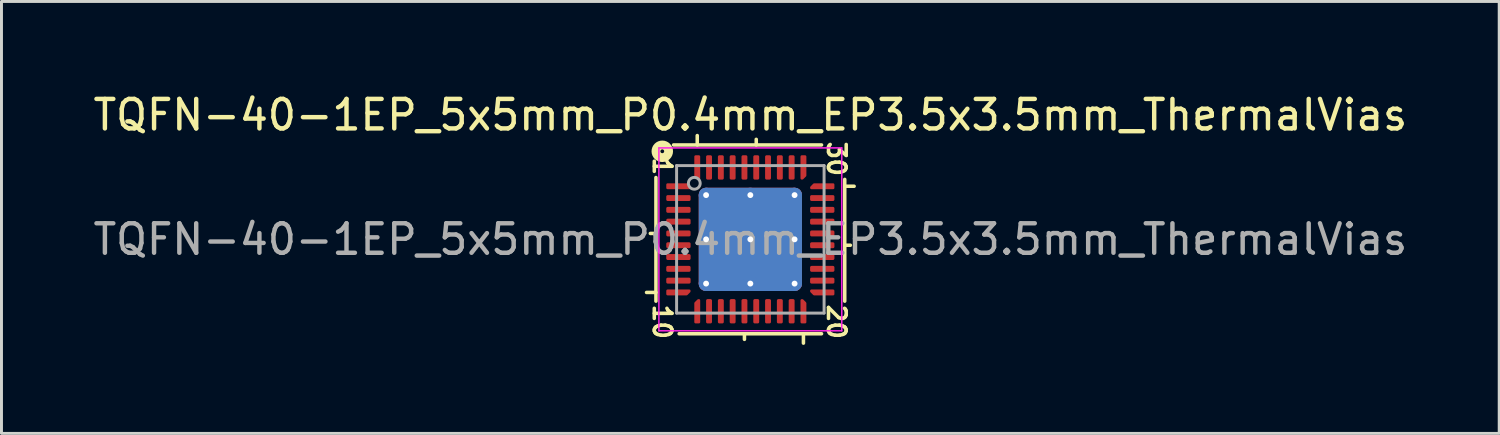
<source format=kicad_pcb>
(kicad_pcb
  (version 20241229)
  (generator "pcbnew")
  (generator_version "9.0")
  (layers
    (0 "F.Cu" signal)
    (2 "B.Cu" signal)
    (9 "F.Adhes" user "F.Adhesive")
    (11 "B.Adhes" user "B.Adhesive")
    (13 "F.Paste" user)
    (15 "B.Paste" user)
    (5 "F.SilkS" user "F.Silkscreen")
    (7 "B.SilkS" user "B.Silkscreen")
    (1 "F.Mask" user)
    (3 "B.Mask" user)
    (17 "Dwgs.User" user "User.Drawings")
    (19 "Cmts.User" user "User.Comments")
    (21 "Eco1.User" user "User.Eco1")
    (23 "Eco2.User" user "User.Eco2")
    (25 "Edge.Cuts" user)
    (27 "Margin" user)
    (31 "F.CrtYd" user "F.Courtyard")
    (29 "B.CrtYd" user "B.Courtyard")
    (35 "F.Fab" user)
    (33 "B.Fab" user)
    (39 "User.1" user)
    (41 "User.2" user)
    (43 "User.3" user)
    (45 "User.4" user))
  (footprint "TQFN-40-1EP_5x5mm_P0.4mm_EP3.5x3.5mm_ThermalVias"
    (layer "F.Cu")
    (at 22.387 5.064)
    (property "Reference" "TQFN-40-1EP_5x5mm_P0.4mm_EP3.5x3.5mm_ThermalVias" (at 0 -4.216 0) (layer "F.SilkS") (effects (font (size 1 1) (thickness 0.15))))
    (attr smd)
    (fp_line (start -3.2 -2.095) (end -3.2 2.095) (stroke (width 0.12) (type solid)) (layer "F.SilkS"))
    (fp_line (start -3.2 -0.2) (end -3.39 -0.2) (stroke (width 0.12) (type solid)) (layer "F.SilkS"))
    (fp_line (start -3.2 1.8) (end -3.518 1.8) (stroke (width 0.12) (type solid)) (layer "F.SilkS"))
    (fp_line (start -2.413 3.2) (end 2.413 3.2) (stroke (width 0.12) (type solid)) (layer "F.SilkS"))
    (fp_line (start -1.8 -3.2) (end -1.8 -3.518) (stroke (width 0.12) (type solid)) (layer "F.SilkS"))
    (fp_line (start -0.2 3.2) (end -0.2 3.39) (stroke (width 0.12) (type solid)) (layer "F.SilkS"))
    (fp_line (start 0.2 -3.2) (end 0.2 -3.39) (stroke (width 0.12) (type solid)) (layer "F.SilkS"))
    (fp_line (start 1.8 3.2) (end 1.8 3.518) (stroke (width 0.12) (type solid)) (layer "F.SilkS"))
    (fp_line (start 2.413 -3.2) (end -2.603 -3.2) (stroke (width 0.12) (type solid)) (layer "F.SilkS"))
    (fp_line (start 3.2 -1.8) (end 3.518 -1.8) (stroke (width 0.12) (type solid)) (layer "F.SilkS"))
    (fp_line (start 3.2 0.2) (end 3.39 0.2) (stroke (width 0.12) (type solid)) (layer "F.SilkS"))
    (fp_line (start 3.2 2.095) (end 3.2 -2.032) (stroke (width 0.12) (type solid)) (layer "F.SilkS"))
    (fp_circle (center -2.985 -2.985) (end -2.921 -2.985) (stroke (width 0.3) (type solid)) (fill no) (layer "F.SilkS"))
    (fp_line (start -3.1 -3.1) (end -3.1 3.1) (stroke (width 0.05) (type solid)) (layer "F.CrtYd"))
    (fp_line (start -3.1 3.1) (end 3.1 3.1) (stroke (width 0.05) (type solid)) (layer "F.CrtYd"))
    (fp_line (start 3.1 -3.1) (end -3.1 -3.1) (stroke (width 0.05) (type solid)) (layer "F.CrtYd"))
    (fp_line (start 3.1 3.1) (end 3.1 -3.1) (stroke (width 0.05) (type solid)) (layer "F.CrtYd"))
    (fp_line (start -2.5 -2.5) (end 2.5 -2.5) (stroke (width 0.1) (type solid)) (layer "F.Fab"))
    (fp_line (start -2.5 2.5) (end -2.5 -2.5) (stroke (width 0.1) (type solid)) (layer "F.Fab"))
    (fp_line (start 2.5 -2.5) (end 2.5 2.5) (stroke (width 0.1) (type solid)) (layer "F.Fab"))
    (fp_line (start 2.5 2.5) (end -2.5 2.5) (stroke (width 0.1) (type solid)) (layer "F.Fab"))
    (fp_circle (center -1.9 -1.9) (end -1.7 -1.9) (stroke (width 0.1) (type solid)) (fill no) (layer "F.Fab"))
    (fp_text user "20" (at 2.921 2.794 270) (unlocked yes) (layer "F.SilkS") (effects (font (size 0.6 0.6) (thickness 0.12))))
    (fp_text user "1" (at -2.985 -2.477 270) (unlocked yes) (layer "F.SilkS") (effects (font (size 0.6 0.6) (thickness 0.12))))
    (fp_text user "10" (at -2.985 2.794 270) (unlocked yes) (layer "F.SilkS") (effects (font (size 0.6 0.6) (thickness 0.12))))
    (fp_text user "30" (at 2.921 -2.731 270) (unlocked yes) (layer "F.SilkS") (effects (font (size 0.6 0.6) (thickness 0.12))))
    (fp_text user "${REFERENCE}" (at 0 0 0) (layer "F.Fab") (effects (font (size 1 1) (thickness 0.15))))
    (pad "" smd roundrect (at -0.875 -0.875) (size 1.52 1.52) (layers "F.Paste") (roundrect_rratio 0.164))
    (pad "" smd roundrect (at -0.875 0.875) (size 1.52 1.52) (layers "F.Paste") (roundrect_rratio 0.164))
    (pad "" smd roundrect (at 0.875 -0.875) (size 1.52 1.52) (layers "F.Paste") (roundrect_rratio 0.164))
    (pad "" smd roundrect (at 0.875 0.875) (size 1.52 1.52) (layers "F.Paste") (roundrect_rratio 0.164))
    (pad "1" smd custom (at -2.438 -1.8) (size 0.115 0.115) (layers "F.Cu" "F.Mask" "F.Paste") (options (anchor circle)) (primitives (gr_poly (pts (xy 0.372 0.037) (xy 0.372 0.06) (xy -0.372 0.06) (xy -0.372 -0.06) (xy 0.276 -0.06)) (width 0.08) (fill yes))))
    (pad "2" smd roundrect (at -2.438 -1.4) (size 0.825 0.2) (layers "F.Cu" "F.Mask" "F.Paste") (roundrect_rratio 0.25))
    (pad "3" smd roundrect (at -2.438 -1) (size 0.825 0.2) (layers "F.Cu" "F.Mask" "F.Paste") (roundrect_rratio 0.25))
    (pad "4" smd roundrect (at -2.438 -0.6) (size 0.825 0.2) (layers "F.Cu" "F.Mask" "F.Paste") (roundrect_rratio 0.25))
    (pad "5" smd roundrect (at -2.438 -0.2) (size 0.825 0.2) (layers "F.Cu" "F.Mask" "F.Paste") (roundrect_rratio 0.25))
    (pad "6" smd roundrect (at -2.438 0.2) (size 0.825 0.2) (layers "F.Cu" "F.Mask" "F.Paste") (roundrect_rratio 0.25))
    (pad "7" smd roundrect (at -2.438 0.6) (size 0.825 0.2) (layers "F.Cu" "F.Mask" "F.Paste") (roundrect_rratio 0.25))
    (pad "8" smd roundrect (at -2.438 1) (size 0.825 0.2) (layers "F.Cu" "F.Mask" "F.Paste") (roundrect_rratio 0.25))
    (pad "9" smd roundrect (at -2.438 1.4) (size 0.825 0.2) (layers "F.Cu" "F.Mask" "F.Paste") (roundrect_rratio 0.25))
    (pad "10" smd custom (at -2.438 1.8) (size 0.115 0.115) (layers "F.Cu" "F.Mask" "F.Paste") (options (anchor circle)) (primitives (gr_poly (pts (xy 0.372 -0.037) (xy 0.276 0.06) (xy -0.372 0.06) (xy -0.372 -0.06) (xy 0.372 -0.06)) (width 0.08) (fill yes))))
    (pad "11" smd custom (at -1.8 2.438) (size 0.115 0.115) (layers "F.Cu" "F.Mask" "F.Paste") (options (anchor circle)) (primitives (gr_poly (pts (xy 0.06 0.372) (xy -0.06 0.372) (xy -0.06 -0.276) (xy 0.037 -0.372) (xy 0.06 -0.372)) (width 0.08) (fill yes))))
    (pad "12" smd roundrect (at -1.4 2.438) (size 0.2 0.825) (layers "F.Cu" "F.Mask" "F.Paste") (roundrect_rratio 0.25))
    (pad "13" smd roundrect (at -1 2.438) (size 0.2 0.825) (layers "F.Cu" "F.Mask" "F.Paste") (roundrect_rratio 0.25))
    (pad "14" smd roundrect (at -0.6 2.438) (size 0.2 0.825) (layers "F.Cu" "F.Mask" "F.Paste") (roundrect_rratio 0.25))
    (pad "15" smd roundrect (at -0.2 2.438) (size 0.2 0.825) (layers "F.Cu" "F.Mask" "F.Paste") (roundrect_rratio 0.25))
    (pad "16" smd roundrect (at 0.2 2.438) (size 0.2 0.825) (layers "F.Cu" "F.Mask" "F.Paste") (roundrect_rratio 0.25))
    (pad "17" smd roundrect (at 0.6 2.438) (size 0.2 0.825) (layers "F.Cu" "F.Mask" "F.Paste") (roundrect_rratio 0.25))
    (pad "18" smd roundrect (at 1 2.438) (size 0.2 0.825) (layers "F.Cu" "F.Mask" "F.Paste") (roundrect_rratio 0.25))
    (pad "19" smd roundrect (at 1.4 2.438) (size 0.2 0.825) (layers "F.Cu" "F.Mask" "F.Paste") (roundrect_rratio 0.25))
    (pad "20" smd custom (at 1.8 2.438) (size 0.115 0.115) (layers "F.Cu" "F.Mask" "F.Paste") (options (anchor circle)) (primitives (gr_poly (pts (xy 0.06 -0.276) (xy 0.06 0.372) (xy -0.06 0.372) (xy -0.06 -0.372) (xy -0.037 -0.372)) (width 0.08) (fill yes))))
    (pad "21" smd custom (at 2.438 1.8) (size 0.115 0.115) (layers "F.Cu" "F.Mask" "F.Paste") (options (anchor circle)) (primitives (gr_poly (pts (xy 0.372 0.06) (xy -0.276 0.06) (xy -0.372 -0.037) (xy -0.372 -0.06) (xy 0.372 -0.06)) (width 0.08) (fill yes))))
    (pad "22" smd roundrect (at 2.438 1.4) (size 0.825 0.2) (layers "F.Cu" "F.Mask" "F.Paste") (roundrect_rratio 0.25))
    (pad "23" smd roundrect (at 2.438 1) (size 0.825 0.2) (layers "F.Cu" "F.Mask" "F.Paste") (roundrect_rratio 0.25))
    (pad "24" smd roundrect (at 2.438 0.6) (size 0.825 0.2) (layers "F.Cu" "F.Mask" "F.Paste") (roundrect_rratio 0.25))
    (pad "25" smd roundrect (at 2.438 0.2) (size 0.825 0.2) (layers "F.Cu" "F.Mask" "F.Paste") (roundrect_rratio 0.25))
    (pad "26" smd roundrect (at 2.438 -0.2) (size 0.825 0.2) (layers "F.Cu" "F.Mask" "F.Paste") (roundrect_rratio 0.25))
    (pad "27" smd roundrect (at 2.438 -0.6) (size 0.825 0.2) (layers "F.Cu" "F.Mask" "F.Paste") (roundrect_rratio 0.25))
    (pad "28" smd roundrect (at 2.438 -1) (size 0.825 0.2) (layers "F.Cu" "F.Mask" "F.Paste") (roundrect_rratio 0.25))
    (pad "29" smd roundrect (at 2.438 -1.4) (size 0.825 0.2) (layers "F.Cu" "F.Mask" "F.Paste") (roundrect_rratio 0.25))
    (pad "30" smd custom (at 2.438 -1.8) (size 0.115 0.115) (layers "F.Cu" "F.Mask" "F.Paste") (options (anchor circle)) (primitives (gr_poly (pts (xy 0.372 0.06) (xy -0.372 0.06) (xy -0.372 0.037) (xy -0.276 -0.06) (xy 0.372 -0.06)) (width 0.08) (fill yes))))
    (pad "31" smd custom (at 1.8 -2.438) (size 0.115 0.115) (layers "F.Cu" "F.Mask" "F.Paste") (options (anchor circle)) (primitives (gr_poly (pts (xy 0.06 0.276) (xy -0.037 0.372) (xy -0.06 0.372) (xy -0.06 -0.372) (xy 0.06 -0.372)) (width 0.08) (fill yes))))
    (pad "32" smd roundrect (at 1.4 -2.438) (size 0.2 0.825) (layers "F.Cu" "F.Mask" "F.Paste") (roundrect_rratio 0.25))
    (pad "33" smd roundrect (at 1 -2.438) (size 0.2 0.825) (layers "F.Cu" "F.Mask" "F.Paste") (roundrect_rratio 0.25))
    (pad "34" smd roundrect (at 0.6 -2.438) (size 0.2 0.825) (layers "F.Cu" "F.Mask" "F.Paste") (roundrect_rratio 0.25))
    (pad "35" smd roundrect (at 0.2 -2.438) (size 0.2 0.825) (layers "F.Cu" "F.Mask" "F.Paste") (roundrect_rratio 0.25))
    (pad "36" smd roundrect (at -0.2 -2.438) (size 0.2 0.825) (layers "F.Cu" "F.Mask" "F.Paste") (roundrect_rratio 0.25))
    (pad "37" smd roundrect (at -0.6 -2.438) (size 0.2 0.825) (layers "F.Cu" "F.Mask" "F.Paste") (roundrect_rratio 0.25))
    (pad "38" smd roundrect (at -1 -2.438) (size 0.2 0.825) (layers "F.Cu" "F.Mask" "F.Paste") (roundrect_rratio 0.25))
    (pad "39" smd roundrect (at -1.4 -2.438) (size 0.2 0.825) (layers "F.Cu" "F.Mask" "F.Paste") (roundrect_rratio 0.25))
    (pad "40" smd custom (at -1.8 -2.438) (size 0.115 0.115) (layers "F.Cu" "F.Mask" "F.Paste") (options (anchor circle)) (primitives (gr_poly (pts (xy 0.06 0.372) (xy 0.037 0.372) (xy -0.06 0.276) (xy -0.06 -0.372) (xy 0.06 -0.372)) (width 0.08) (fill yes))))
    (pad "41" thru_hole circle (at -1.5 -1.5) (size 0.5 0.5) (drill 0.2) (property pad_prop_heatsink) (layers "*.Cu"))
    (pad "41" thru_hole circle (at -1.5 0) (size 0.5 0.5) (drill 0.2) (property pad_prop_heatsink) (layers "*.Cu"))
    (pad "41" thru_hole circle (at -1.5 1.5) (size 0.5 0.5) (drill 0.2) (property pad_prop_heatsink) (layers "*.Cu"))
    (pad "41" thru_hole circle (at 0 -1.5) (size 0.5 0.5) (drill 0.2) (property pad_prop_heatsink) (layers "*.Cu"))
    (pad "41" thru_hole circle (at 0 0) (size 0.5 0.5) (drill 0.2) (property pad_prop_heatsink) (layers "*.Cu"))
    (pad "41" smd roundrect (at 0 0) (size 3.5 3.5) (layers "F.Cu" "F.Mask") (roundrect_rratio 0.071))
    (pad "41" smd roundrect (at 0 0) (size 3.5 3.5) (layers "B.Cu" "B.Mask") (roundrect_rratio 0.071))
    (pad "41" thru_hole circle (at 0 1.5) (size 0.5 0.5) (drill 0.2) (property pad_prop_heatsink) (layers "*.Cu"))
    (pad "41" thru_hole circle (at 1.5 -1.5) (size 0.5 0.5) (drill 0.2) (property pad_prop_heatsink) (layers "*.Cu"))
    (pad "41" thru_hole circle (at 1.5 0) (size 0.5 0.5) (drill 0.2) (property pad_prop_heatsink) (layers "*.Cu"))
    (pad "41" thru_hole circle (at 1.5 1.5) (size 0.5 0.5) (drill 0.2) (property pad_prop_heatsink) (layers "*.Cu")))
  (gr_rect
    (start -3 -3)
    (end 47.774 11.642)
    (stroke (width 0.1) (type default))
    (fill no)
    (layer "Edge.Cuts")))
</source>
